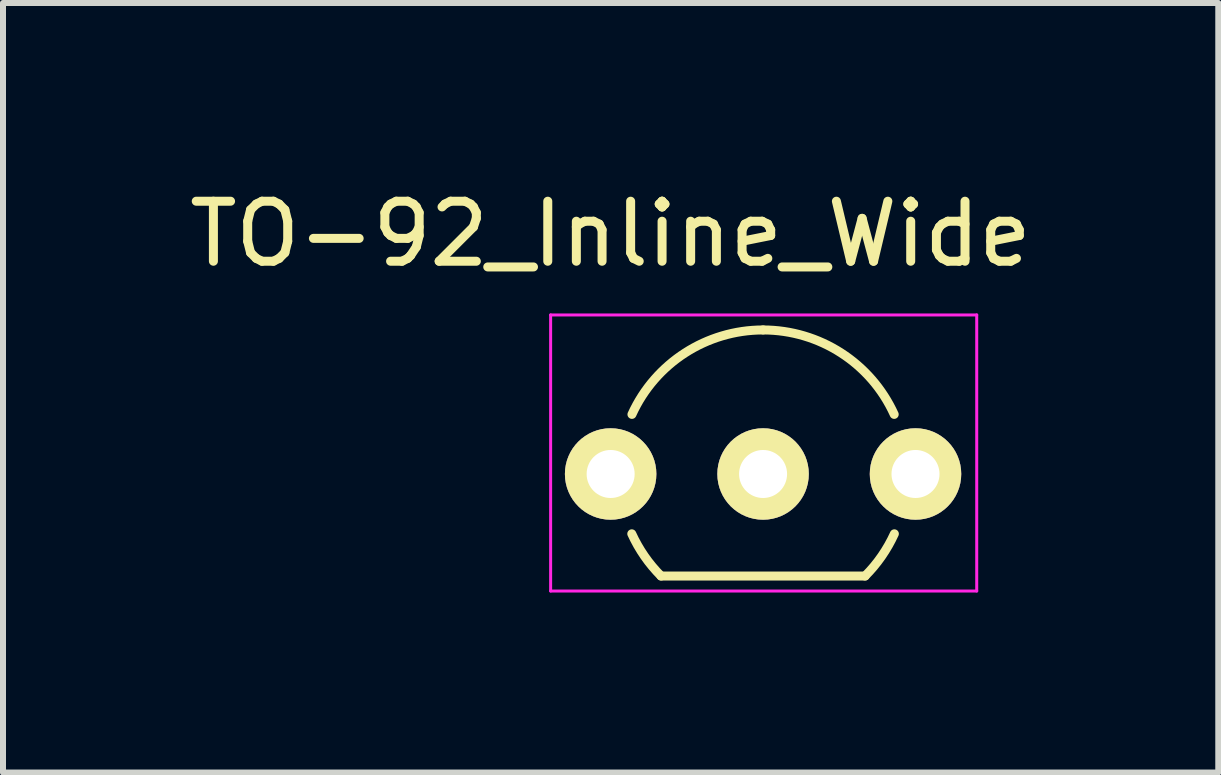
<source format=kicad_pcb>
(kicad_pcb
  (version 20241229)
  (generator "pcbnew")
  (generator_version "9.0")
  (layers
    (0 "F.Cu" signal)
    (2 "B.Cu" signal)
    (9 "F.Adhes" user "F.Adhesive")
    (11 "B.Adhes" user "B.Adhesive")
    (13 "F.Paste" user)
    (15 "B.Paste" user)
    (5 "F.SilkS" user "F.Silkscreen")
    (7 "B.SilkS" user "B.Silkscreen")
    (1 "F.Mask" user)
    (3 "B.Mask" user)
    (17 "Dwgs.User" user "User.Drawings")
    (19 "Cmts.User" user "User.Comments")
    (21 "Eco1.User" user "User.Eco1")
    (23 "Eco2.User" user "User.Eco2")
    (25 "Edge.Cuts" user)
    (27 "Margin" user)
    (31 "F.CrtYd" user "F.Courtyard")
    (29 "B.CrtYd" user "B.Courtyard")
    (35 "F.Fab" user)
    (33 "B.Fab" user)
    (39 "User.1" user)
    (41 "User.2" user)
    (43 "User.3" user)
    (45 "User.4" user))
  (footprint "TO-92_Inline_Wide"
    (layer "F.Cu")
    (at 7.125 4.848)
    (property "Reference" "TO-92_Inline_Wide" (at 0 -4 180) (layer "F.SilkS") (effects (font (size 1 1) (thickness 0.15))))
    (attr through_hole)
    (fp_line (start 0.84 1.7) (end 4.24 1.7) (stroke (width 0.15) (type solid)) (layer "F.SilkS"))
    (fp_arc (start 0.355121 -0.993127) (mid 1.240675 -2.017858) (end 2.54 -2.4) (stroke (width 0.15) (type solid)) (layer "F.SilkS"))
    (fp_arc (start 0.84 1.7) (mid 0.564627 1.370365) (end 0.352305 0.99699) (stroke (width 0.15) (type solid)) (layer "F.SilkS"))
    (fp_arc (start 2.54 -2.4) (mid 3.839326 -2.017858) (end 4.724879 -0.993127) (stroke (width 0.15) (type solid)) (layer "F.SilkS"))
    (fp_arc (start 4.727695 0.99699) (mid 4.515373 1.370365) (end 4.24 1.7) (stroke (width 0.15) (type solid)) (layer "F.SilkS"))
    (fp_line (start -1 -2.65) (end 6.1 -2.65) (stroke (width 0.05) (type solid)) (layer "F.CrtYd"))
    (fp_line (start -1 1.95) (end -1 -2.65) (stroke (width 0.05) (type solid)) (layer "F.CrtYd"))
    (fp_line (start -1 1.95) (end 6.1 1.95) (stroke (width 0.05) (type solid)) (layer "F.CrtYd"))
    (fp_line (start 6.1 1.95) (end 6.1 -2.65) (stroke (width 0.05) (type solid)) (layer "F.CrtYd"))
    (pad "GND" thru_hole circle (at 2.54 0 90) (size 1.524 1.524) (drill 0.8) (layers "*.Cu" "*.Mask" "F.SilkS"))
    (pad "VI" thru_hole circle (at 0 0 90) (size 1.524 1.524) (drill 0.8) (layers "*.Cu" "*.Mask" "F.SilkS"))
    (pad "VO" thru_hole circle (at 5.08 0 90) (size 1.524 1.524) (drill 0.8) (layers "*.Cu" "*.Mask" "F.SilkS")))
  (gr_rect
    (start -3 -3)
    (end 17.25 9.823)
    (stroke (width 0.1) (type default))
    (fill no)
    (layer "Edge.Cuts")))
</source>
